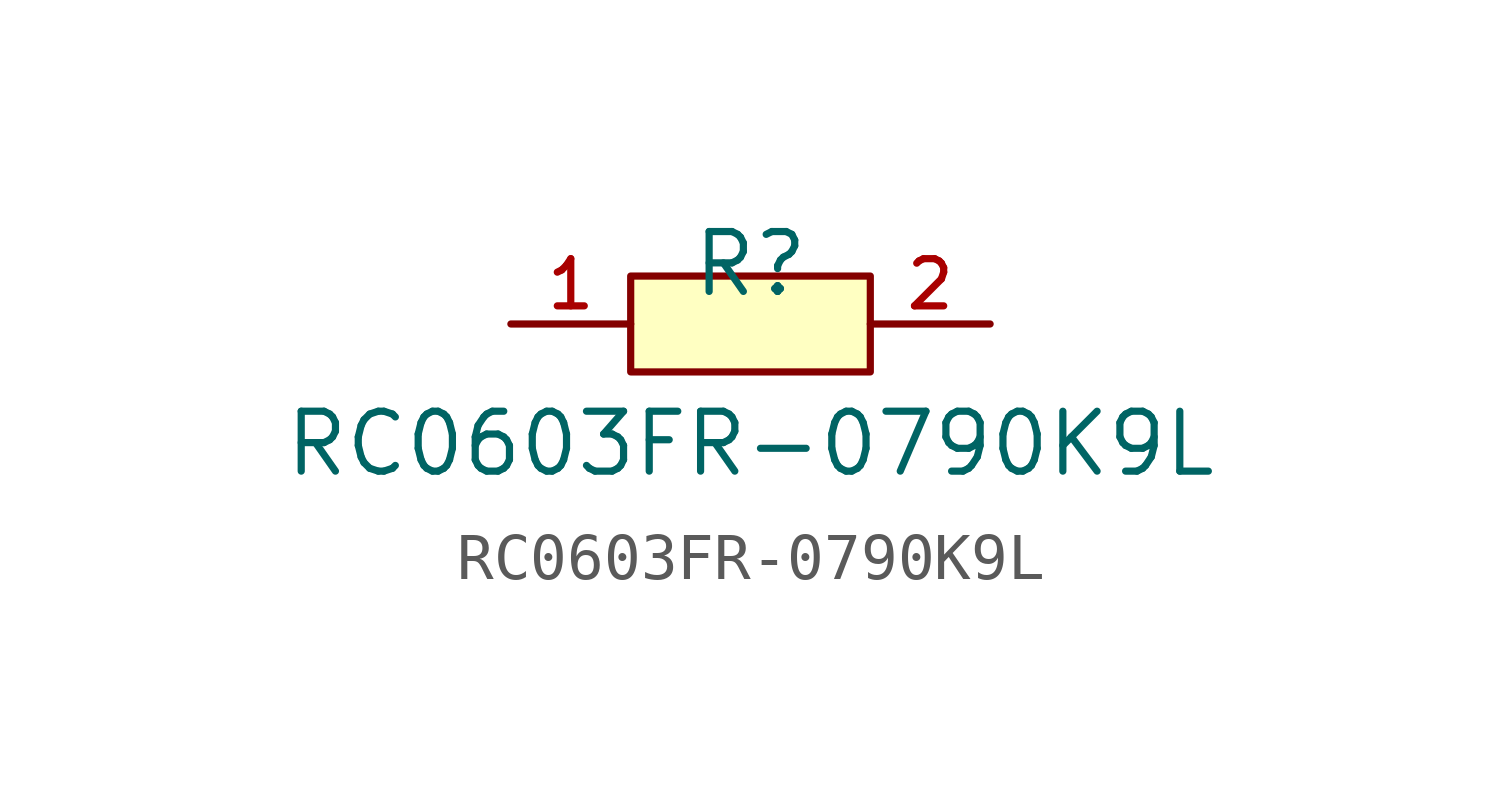
<source format=kicad_sym>
(kicad_symbol_lib
  (version 20210201)
  (generator TousstNicolas/JLC2KiCad_lib)
  (symbol "RC0603FR-0790K9L"
    (pin_names hide)
    (property "Reference" "R"
      (at 0 1.27 0)
      (effects (font (size 1.27 1.27))))
    (property "Value" "RC0603FR-0790K9L"
      (at 0 -2.54 0)
      (effects (font (size 1.27 1.27))))
    (symbol "RC0603FR-0790K9L_0_1"
      (rectangle (start -2.54 1.016) (end 2.54 -1.016) (stroke (width 0) (type default) (color 0 0 0 0)) (fill (type background)))
      (pin unspecified line (at -5.08 -0.0 0) (length 2.54) (name "1" (effects (font (size 1 1)))) (number "1" (effects (font (size 1 1)))))
      (pin unspecified line (at 5.08 -0.0 180) (length 2.54) (name "2" (effects (font (size 1 1)))) (number "2" (effects (font (size 1 1))))))))
</source>
